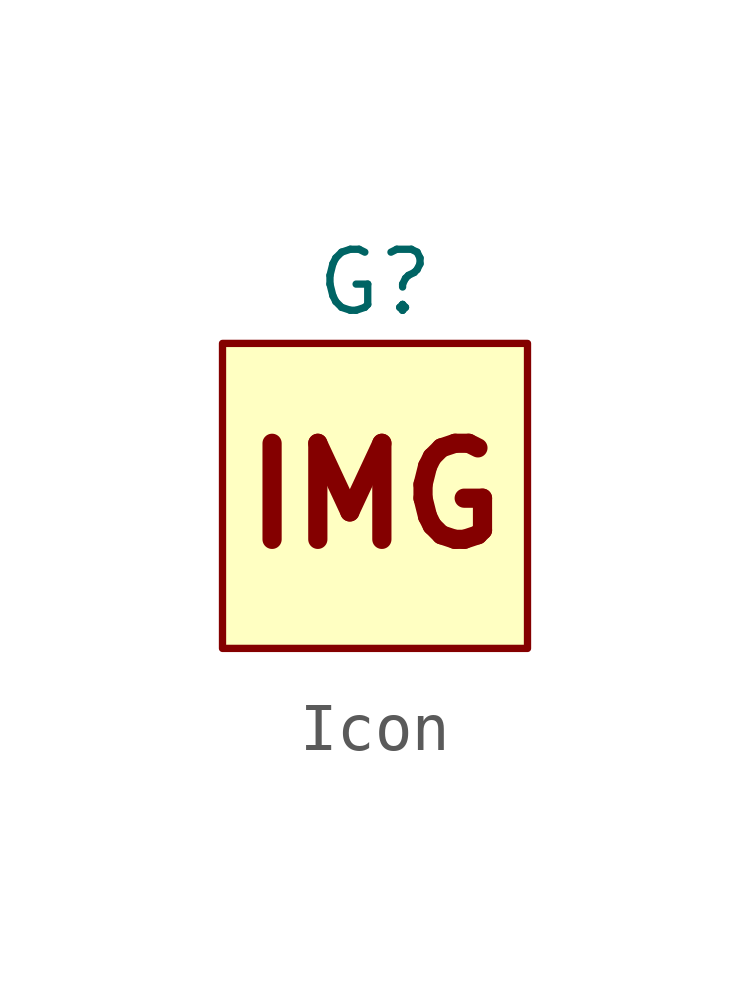
<source format=kicad_sym>
(kicad_symbol_lib
  (version 20211014)
  (generator kicad_symbol_editor)
  (symbol "Icon"
    (property "Reference" "G"
      (at 0 4.445 0)
      (effects (font (size 1.27 1.27))))
    (symbol "Icon_0_0"
      (text "IMG" (at 0 0 0) (effects (font (size 2 2) bold))))
    (symbol "Icon_0_1"
      (rectangle (start -3.175 3.175) (end 3.175 -3.175) (stroke (width 0) (type default) (color 0 0 0 0)) (fill (type background))))))
</source>
